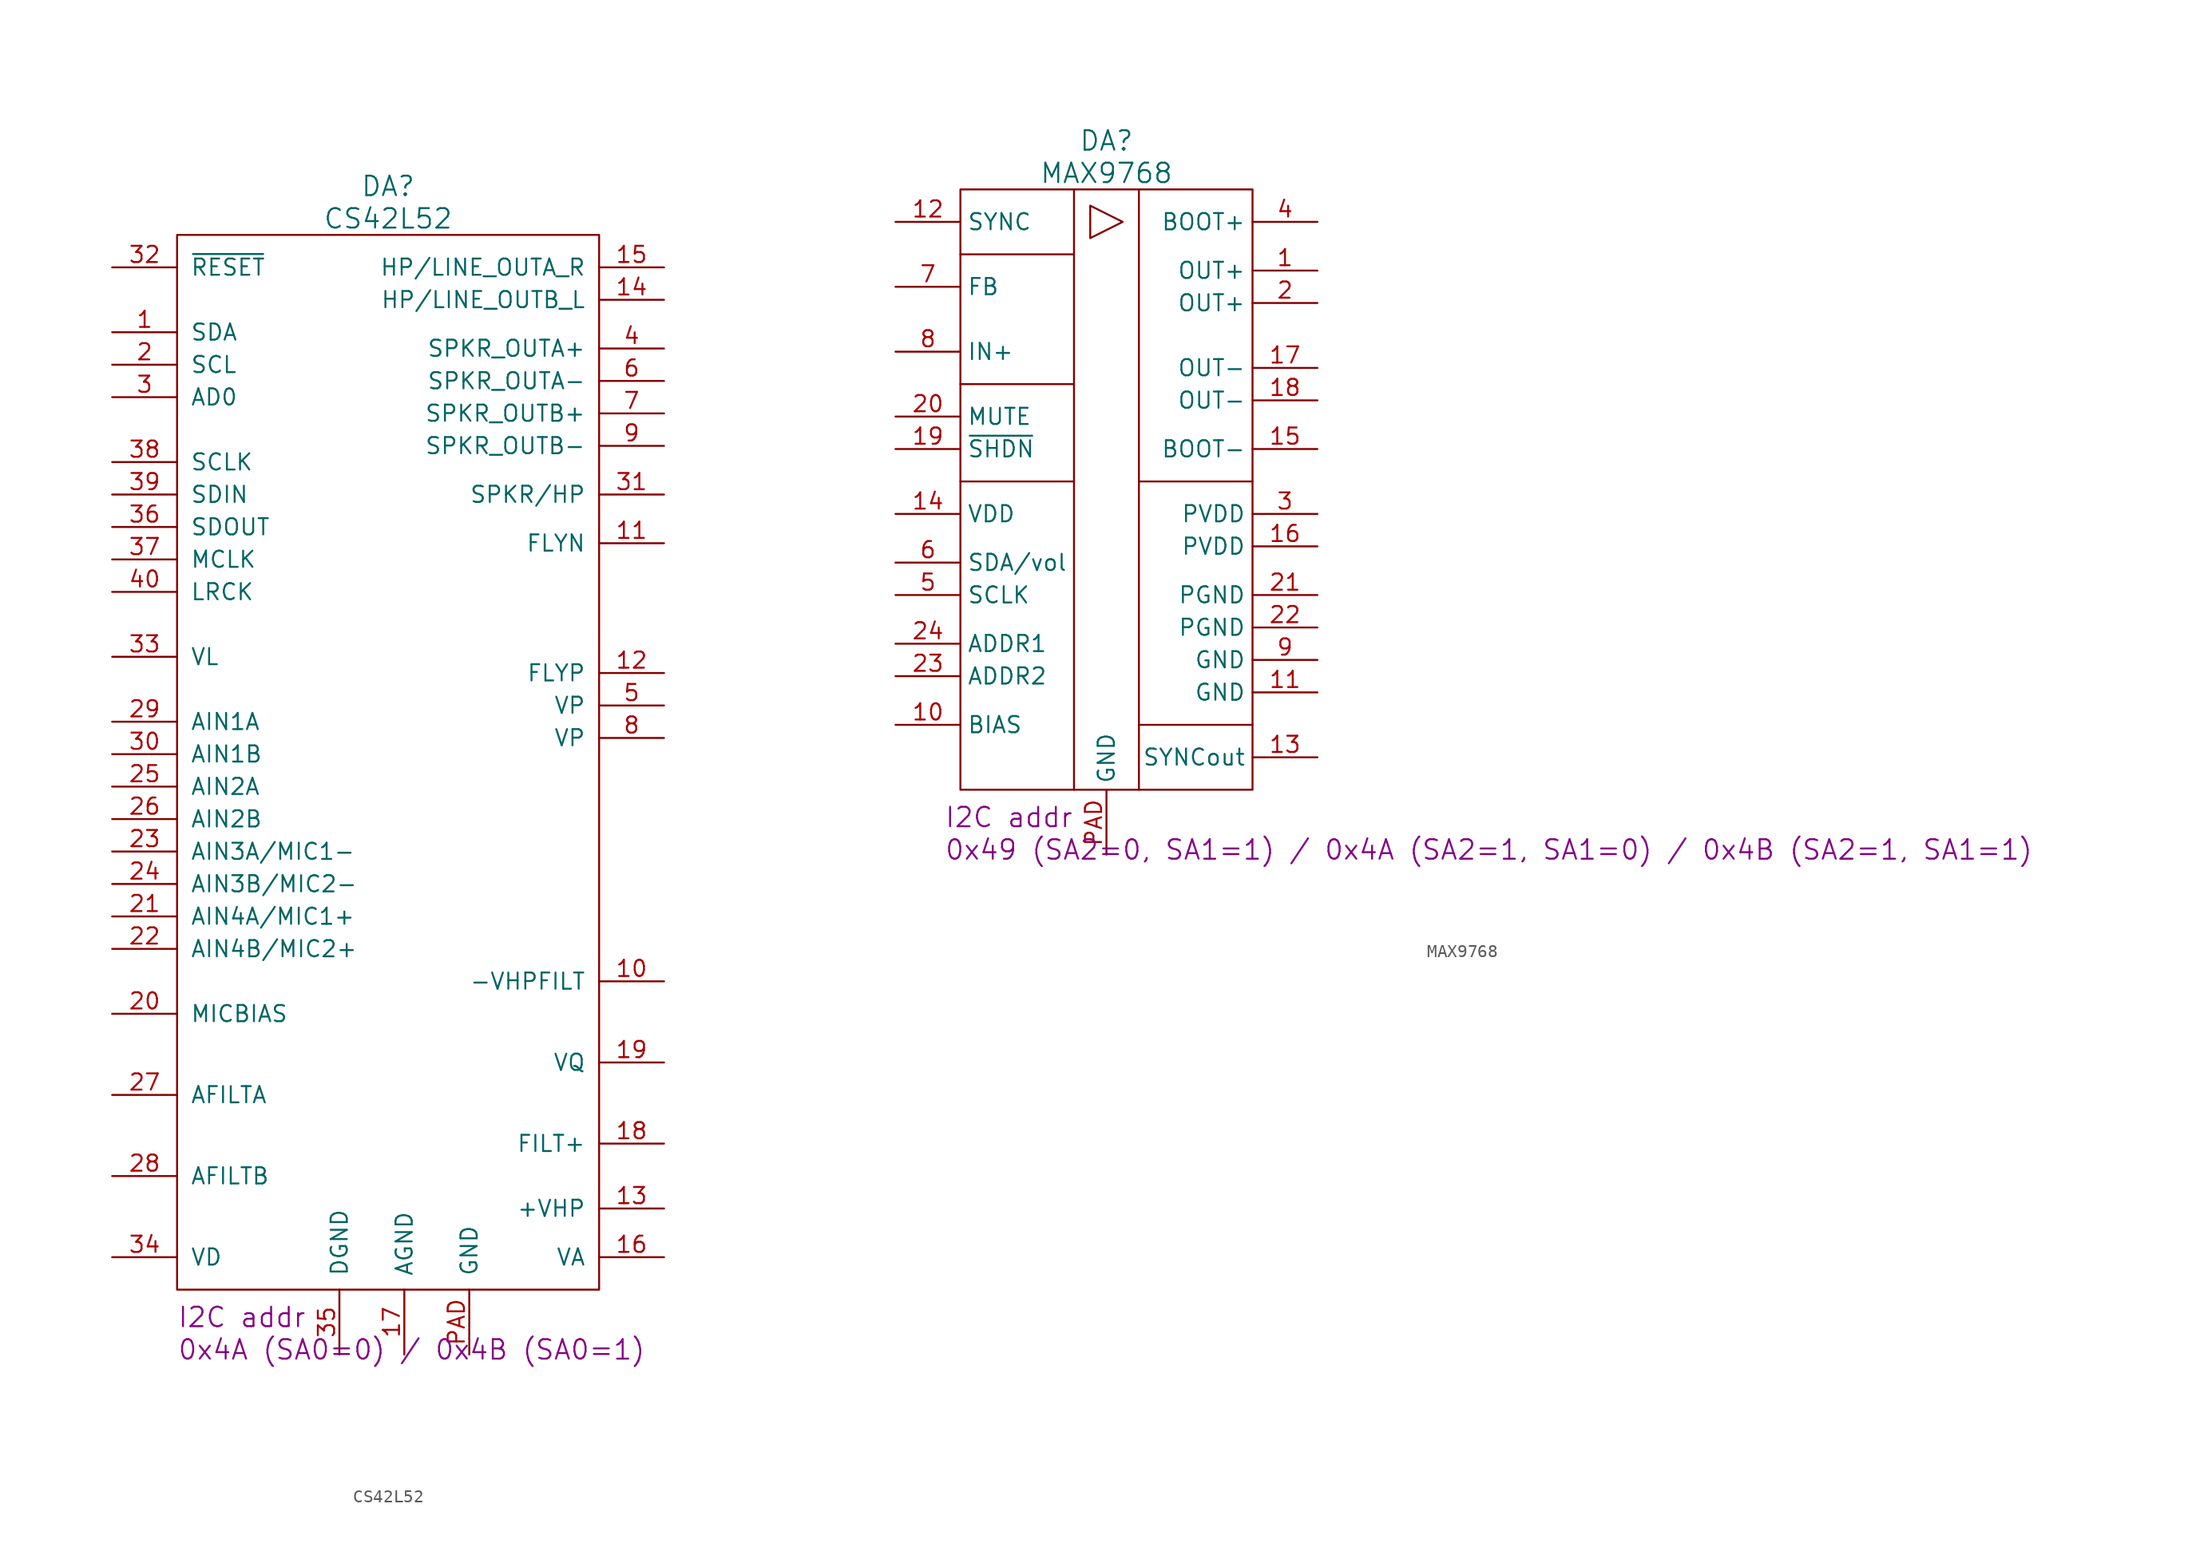
<source format=kicad_sym>
(kicad_symbol_lib
  (version 20211014)
  (generator kicad_symbol_editor)
  (symbol "CS42L52"
    (pin_names
      (offset 1.016))
    (property "Reference" "DA"
      (at 0 44.45 0)
      (effects (font (size 1.524 1.524))))
    (property "Value" "CS42L52"
      (at 0 41.91 0)
      (effects (font (size 1.524 1.524))))
    (property "I2C" "I2C addr"
      (at -16.51 -43.18 0)
      (effects (font (size 1.524 1.524)) (justify left top)))
    (property "Addr" "0x4A (SA0=0) / 0x4B (SA0=1)"
      (at -16.51 -45.72 0)
      (effects (font (size 1.524 1.524)) (justify left top)))
    (symbol "CS42L52_0_1"
      (rectangle (start -16.51 40.64) (end 16.51 -41.91) (stroke (width 0) (type default) (color 0 0 0 0)) (fill (type none))))
    (symbol "CS42L52_1_1"
      (pin passive line (at -21.59 33.02 0) (length 5.08) (name "SDA" (effects (font (size 1.27 1.27)))) (number "1" (effects (font (size 1.27 1.27)))))
      (pin passive line (at 21.59 -17.78 180) (length 5.08) (name "-VHPFILT" (effects (font (size 1.27 1.27)))) (number "10" (effects (font (size 1.27 1.27)))))
      (pin passive line (at 21.59 16.51 180) (length 5.08) (name "FLYN" (effects (font (size 1.27 1.27)))) (number "11" (effects (font (size 1.27 1.27)))))
      (pin passive line (at 21.59 6.35 180) (length 5.08) (name "FLYP" (effects (font (size 1.27 1.27)))) (number "12" (effects (font (size 1.27 1.27)))))
      (pin passive line (at 21.59 -35.56 180) (length 5.08) (name "+VHP" (effects (font (size 1.27 1.27)))) (number "13" (effects (font (size 1.27 1.27)))))
      (pin passive line (at 21.59 35.56 180) (length 5.08) (name "HP/LINE_OUTB_L" (effects (font (size 1.27 1.27)))) (number "14" (effects (font (size 1.27 1.27)))))
      (pin passive line (at 21.59 38.1 180) (length 5.08) (name "HP/LINE_OUTA_R" (effects (font (size 1.27 1.27)))) (number "15" (effects (font (size 1.27 1.27)))))
      (pin passive line (at 21.59 -39.37 180) (length 5.08) (name "VA" (effects (font (size 1.27 1.27)))) (number "16" (effects (font (size 1.27 1.27)))))
      (pin power_in line (at 1.27 -46.99 90) (length 5.08) (name "AGND" (effects (font (size 1.27 1.27)))) (number "17" (effects (font (size 1.27 1.27)))))
      (pin passive line (at 21.59 -30.48 180) (length 5.08) (name "FILT+" (effects (font (size 1.27 1.27)))) (number "18" (effects (font (size 1.27 1.27)))))
      (pin passive line (at 21.59 -24.13 180) (length 5.08) (name "VQ" (effects (font (size 1.27 1.27)))) (number "19" (effects (font (size 1.27 1.27)))))
      (pin passive line (at -21.59 30.48 0) (length 5.08) (name "SCL" (effects (font (size 1.27 1.27)))) (number "2" (effects (font (size 1.27 1.27)))))
      (pin passive line (at -21.59 -20.32 0) (length 5.08) (name "MICBIAS" (effects (font (size 1.27 1.27)))) (number "20" (effects (font (size 1.27 1.27)))))
      (pin passive line (at -21.59 -12.7 0) (length 5.08) (name "AIN4A/MIC1+" (effects (font (size 1.27 1.27)))) (number "21" (effects (font (size 1.27 1.27)))))
      (pin passive line (at -21.59 -15.24 0) (length 5.08) (name "AIN4B/MIC2+" (effects (font (size 1.27 1.27)))) (number "22" (effects (font (size 1.27 1.27)))))
      (pin passive line (at -21.59 -7.62 0) (length 5.08) (name "AIN3A/MIC1-" (effects (font (size 1.27 1.27)))) (number "23" (effects (font (size 1.27 1.27)))))
      (pin passive line (at -21.59 -10.16 0) (length 5.08) (name "AIN3B/MIC2-" (effects (font (size 1.27 1.27)))) (number "24" (effects (font (size 1.27 1.27)))))
      (pin passive line (at -21.59 -2.54 0) (length 5.08) (name "AIN2A" (effects (font (size 1.27 1.27)))) (number "25" (effects (font (size 1.27 1.27)))))
      (pin passive line (at -21.59 -5.08 0) (length 5.08) (name "AIN2B" (effects (font (size 1.27 1.27)))) (number "26" (effects (font (size 1.27 1.27)))))
      (pin passive line (at -21.59 -26.67 0) (length 5.08) (name "AFILTA" (effects (font (size 1.27 1.27)))) (number "27" (effects (font (size 1.27 1.27)))))
      (pin passive line (at -21.59 -33.02 0) (length 5.08) (name "AFILTB" (effects (font (size 1.27 1.27)))) (number "28" (effects (font (size 1.27 1.27)))))
      (pin passive line (at -21.59 2.54 0) (length 5.08) (name "AIN1A" (effects (font (size 1.27 1.27)))) (number "29" (effects (font (size 1.27 1.27)))))
      (pin passive line (at -21.59 27.94 0) (length 5.08) (name "AD0" (effects (font (size 1.27 1.27)))) (number "3" (effects (font (size 1.27 1.27)))))
      (pin passive line (at -21.59 0 0) (length 5.08) (name "AIN1B" (effects (font (size 1.27 1.27)))) (number "30" (effects (font (size 1.27 1.27)))))
      (pin passive line (at 21.59 20.32 180) (length 5.08) (name "SPKR/HP" (effects (font (size 1.27 1.27)))) (number "31" (effects (font (size 1.27 1.27)))))
      (pin passive line (at -21.59 38.1 0) (length 5.08) (name "~{RESET}" (effects (font (size 1.27 1.27)))) (number "32" (effects (font (size 1.27 1.27)))))
      (pin power_in line (at -21.59 7.62 0) (length 5.08) (name "VL" (effects (font (size 1.27 1.27)))) (number "33" (effects (font (size 1.27 1.27)))))
      (pin power_in line (at -21.59 -39.37 0) (length 5.08) (name "VD" (effects (font (size 1.27 1.27)))) (number "34" (effects (font (size 1.27 1.27)))))
      (pin power_in line (at -3.81 -46.99 90) (length 5.08) (name "DGND" (effects (font (size 1.27 1.27)))) (number "35" (effects (font (size 1.27 1.27)))))
      (pin passive line (at -21.59 17.78 0) (length 5.08) (name "SDOUT" (effects (font (size 1.27 1.27)))) (number "36" (effects (font (size 1.27 1.27)))))
      (pin passive line (at -21.59 15.24 0) (length 5.08) (name "MCLK" (effects (font (size 1.27 1.27)))) (number "37" (effects (font (size 1.27 1.27)))))
      (pin passive line (at -21.59 22.86 0) (length 5.08) (name "SCLK" (effects (font (size 1.27 1.27)))) (number "38" (effects (font (size 1.27 1.27)))))
      (pin passive line (at -21.59 20.32 0) (length 5.08) (name "SDIN" (effects (font (size 1.27 1.27)))) (number "39" (effects (font (size 1.27 1.27)))))
      (pin passive line (at 21.59 31.75 180) (length 5.08) (name "SPKR_OUTA+" (effects (font (size 1.27 1.27)))) (number "4" (effects (font (size 1.27 1.27)))))
      (pin passive line (at -21.59 12.7 0) (length 5.08) (name "LRCK" (effects (font (size 1.27 1.27)))) (number "40" (effects (font (size 1.27 1.27)))))
      (pin power_in line (at 21.59 3.81 180) (length 5.08) (name "VP" (effects (font (size 1.27 1.27)))) (number "5" (effects (font (size 1.27 1.27)))))
      (pin passive line (at 21.59 29.21 180) (length 5.08) (name "SPKR_OUTA-" (effects (font (size 1.27 1.27)))) (number "6" (effects (font (size 1.27 1.27)))))
      (pin passive line (at 21.59 26.67 180) (length 5.08) (name "SPKR_OUTB+" (effects (font (size 1.27 1.27)))) (number "7" (effects (font (size 1.27 1.27)))))
      (pin power_in line (at 21.59 1.27 180) (length 5.08) (name "VP" (effects (font (size 1.27 1.27)))) (number "8" (effects (font (size 1.27 1.27)))))
      (pin passive line (at 21.59 24.13 180) (length 5.08) (name "SPKR_OUTB-" (effects (font (size 1.27 1.27)))) (number "9" (effects (font (size 1.27 1.27)))))
      (pin power_in line (at 6.35 -46.99 90) (length 5.08) (name "GND" (effects (font (size 1.27 1.27)))) (number "PAD" (effects (font (size 1.27 1.27)))))))
  (symbol "MAX9768"
    (property "Reference" "DA"
      (at 0 27.94 0)
      (effects (font (size 1.524 1.524))))
    (property "Value" "MAX9768"
      (at 0 25.4 0)
      (effects (font (size 1.524 1.524))))
    (property "Datasheet" ""
      (at 0 27.94 0)
      (effects (font (size 1.524 1.524))))
    (property "I2C" "I2C addr"
      (at -12.7 -24.13 0)
      (effects (font (size 1.524 1.524)) (justify left top)))
    (property "Addr" "0x49 (SA2=0, SA1=1) / 0x4A (SA2=1, SA1=0) / 0x4B (SA2=1, SA1=1)"
      (at -12.7 -26.67 0)
      (effects (font (size 1.524 1.524)) (justify left top)))
    (symbol "MAX9768_0_1"
      (rectangle (start -11.43 24.13) (end 11.43 -22.86) (stroke (width 0) (type default) (color 0 0 0 0)) (fill (type none)))
      (polyline (pts (xy -2.54 1.27) (xy -11.43 1.27)) (stroke (width 0) (type default) (color 0 0 0 0)) (fill (type none)))
      (polyline (pts (xy -2.54 8.89) (xy -11.43 8.89)) (stroke (width 0) (type default) (color 0 0 0 0)) (fill (type none)))
      (polyline (pts (xy -2.54 19.05) (xy -11.43 19.05)) (stroke (width 0) (type default) (color 0 0 0 0)) (fill (type none)))
      (polyline (pts (xy -2.54 24.13) (xy -2.54 -22.86)) (stroke (width 0) (type default) (color 0 0 0 0)) (fill (type none)))
      (polyline (pts (xy 2.54 -17.78) (xy 11.43 -17.78)) (stroke (width 0) (type default) (color 0 0 0 0)) (fill (type none)))
      (polyline (pts (xy 2.54 24.13) (xy 2.54 -22.86)) (stroke (width 0) (type default) (color 0 0 0 0)) (fill (type none)))
      (polyline (pts (xy 11.43 1.27) (xy 2.54 1.27)) (stroke (width 0) (type default) (color 0 0 0 0)) (fill (type none)))
      (polyline (pts (xy 1.27 21.59) (xy -1.27 22.86) (xy -1.27 20.32) (xy 1.27 21.59)) (stroke (width 0) (type default) (color 0 0 0 0)) (fill (type none))))
    (symbol "MAX9768_1_1"
      (pin passive line (at 16.51 17.78 180) (length 5.08) (name "OUT+" (effects (font (size 1.27 1.27)))) (number "1" (effects (font (size 1.27 1.27)))))
      (pin passive line (at -16.51 -17.78 0) (length 5.08) (name "BIAS" (effects (font (size 1.27 1.27)))) (number "10" (effects (font (size 1.27 1.27)))))
      (pin power_in line (at 16.51 -15.24 180) (length 5.08) (name "GND" (effects (font (size 1.27 1.27)))) (number "11" (effects (font (size 1.27 1.27)))))
      (pin passive line (at -16.51 21.59 0) (length 5.08) (name "SYNC" (effects (font (size 1.27 1.27)))) (number "12" (effects (font (size 1.27 1.27)))))
      (pin passive line (at 16.51 -20.32 180) (length 5.08) (name "SYNCout" (effects (font (size 1.27 1.27)))) (number "13" (effects (font (size 1.27 1.27)))))
      (pin power_in line (at -16.51 -1.27 0) (length 5.08) (name "VDD" (effects (font (size 1.27 1.27)))) (number "14" (effects (font (size 1.27 1.27)))))
      (pin passive line (at 16.51 3.81 180) (length 5.08) (name "BOOT-" (effects (font (size 1.27 1.27)))) (number "15" (effects (font (size 1.27 1.27)))))
      (pin power_in line (at 16.51 -3.81 180) (length 5.08) (name "PVDD" (effects (font (size 1.27 1.27)))) (number "16" (effects (font (size 1.27 1.27)))))
      (pin passive line (at 16.51 10.16 180) (length 5.08) (name "OUT-" (effects (font (size 1.27 1.27)))) (number "17" (effects (font (size 1.27 1.27)))))
      (pin passive line (at 16.51 7.62 180) (length 5.08) (name "OUT-" (effects (font (size 1.27 1.27)))) (number "18" (effects (font (size 1.27 1.27)))))
      (pin passive line (at -16.51 3.81 0) (length 5.08) (name "~{SHDN}" (effects (font (size 1.27 1.27)))) (number "19" (effects (font (size 1.27 1.27)))))
      (pin passive line (at 16.51 15.24 180) (length 5.08) (name "OUT+" (effects (font (size 1.27 1.27)))) (number "2" (effects (font (size 1.27 1.27)))))
      (pin passive line (at -16.51 6.35 0) (length 5.08) (name "MUTE" (effects (font (size 1.27 1.27)))) (number "20" (effects (font (size 1.27 1.27)))))
      (pin power_in line (at 16.51 -7.62 180) (length 5.08) (name "PGND" (effects (font (size 1.27 1.27)))) (number "21" (effects (font (size 1.27 1.27)))))
      (pin power_in line (at 16.51 -10.16 180) (length 5.08) (name "PGND" (effects (font (size 1.27 1.27)))) (number "22" (effects (font (size 1.27 1.27)))))
      (pin passive line (at -16.51 -13.97 0) (length 5.08) (name "ADDR2" (effects (font (size 1.27 1.27)))) (number "23" (effects (font (size 1.27 1.27)))))
      (pin passive line (at -16.51 -11.43 0) (length 5.08) (name "ADDR1" (effects (font (size 1.27 1.27)))) (number "24" (effects (font (size 1.27 1.27)))))
      (pin power_in line (at 16.51 -1.27 180) (length 5.08) (name "PVDD" (effects (font (size 1.27 1.27)))) (number "3" (effects (font (size 1.27 1.27)))))
      (pin passive line (at 16.51 21.59 180) (length 5.08) (name "BOOT+" (effects (font (size 1.27 1.27)))) (number "4" (effects (font (size 1.27 1.27)))))
      (pin passive line (at -16.51 -7.62 0) (length 5.08) (name "SCLK" (effects (font (size 1.27 1.27)))) (number "5" (effects (font (size 1.27 1.27)))))
      (pin passive line (at -16.51 -5.08 0) (length 5.08) (name "SDA/vol" (effects (font (size 1.27 1.27)))) (number "6" (effects (font (size 1.27 1.27)))))
      (pin passive line (at -16.51 16.51 0) (length 5.08) (name "FB" (effects (font (size 1.27 1.27)))) (number "7" (effects (font (size 1.27 1.27)))))
      (pin passive line (at -16.51 11.43 0) (length 5.08) (name "IN+" (effects (font (size 1.27 1.27)))) (number "8" (effects (font (size 1.27 1.27)))))
      (pin power_in line (at 16.51 -12.7 180) (length 5.08) (name "GND" (effects (font (size 1.27 1.27)))) (number "9" (effects (font (size 1.27 1.27)))))
      (pin power_in line (at 0 -27.94 90) (length 5.004) (name "GND" (effects (font (size 1.27 1.27)))) (number "PAD" (effects (font (size 1.27 1.27))))))))
</source>
